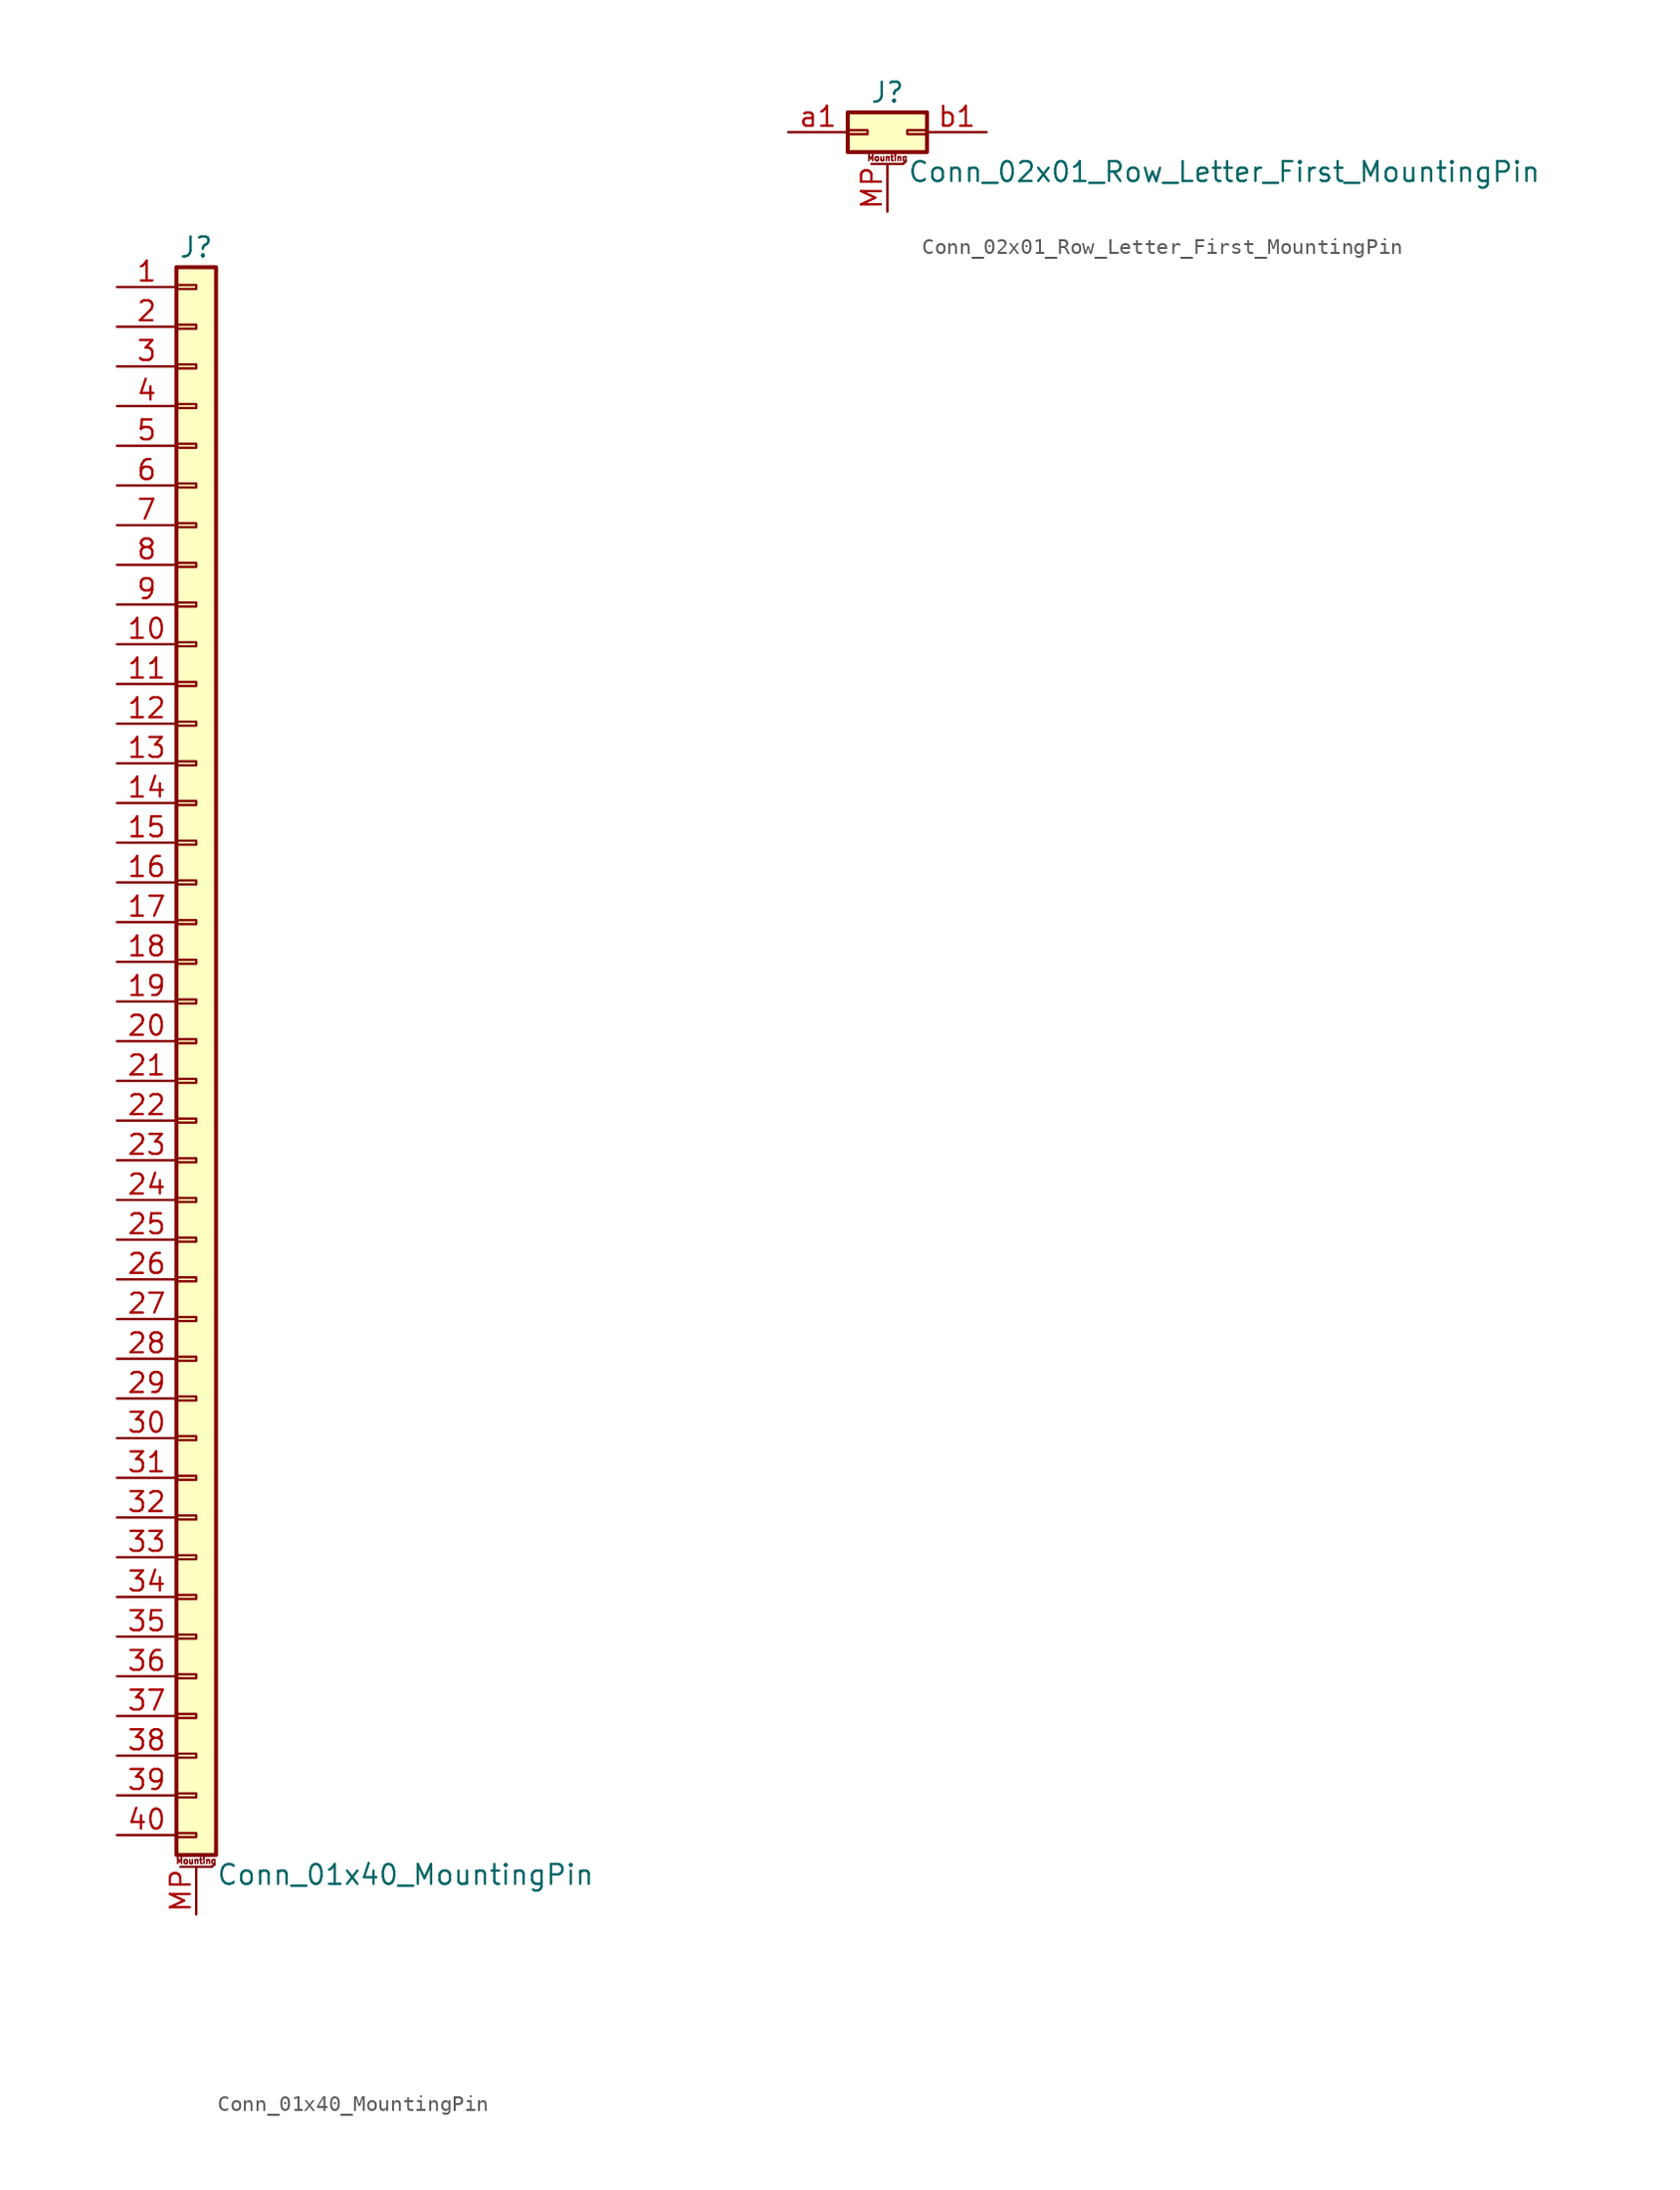
<source format=kicad_sym>
(kicad_symbol_lib
  (version 20201005)
  (generator kicad_symbol_editor)
  (symbol "Connector_Generic_MountingPin:Conn_01x40_MountingPin"
    (pin_names
      (offset 1.016) hide)
    (property "Reference" "J"
      (at 0 50.8 0)
      (effects (font (size 1.27 1.27))))
    (property "Value" "Conn_01x40_MountingPin"
      (at 1.27 -53.34 0)
      (effects (font (size 1.27 1.27)) (justify left)))
    (symbol "Conn_01x40_MountingPin_1_1"
      (text "Mounting" (at 0 -52.451 0) (effects (font (size 0.381 0.381))))
      (rectangle (start -1.27 -27.813) (end 0 -28.067) (stroke (width 0.152)) (fill (type none)))
      (rectangle (start -1.27 -30.353) (end 0 -30.607) (stroke (width 0.152)) (fill (type none)))
      (rectangle (start -1.27 -32.893) (end 0 -33.147) (stroke (width 0.152)) (fill (type none)))
      (rectangle (start -1.27 -35.433) (end 0 -35.687) (stroke (width 0.152)) (fill (type none)))
      (rectangle (start -1.27 -37.973) (end 0 -38.227) (stroke (width 0.152)) (fill (type none)))
      (rectangle (start -1.27 -40.513) (end 0 -40.767) (stroke (width 0.152)) (fill (type none)))
      (rectangle (start -1.27 -43.053) (end 0 -43.307) (stroke (width 0.152)) (fill (type none)))
      (rectangle (start -1.27 -45.593) (end 0 -45.847) (stroke (width 0.152)) (fill (type none)))
      (rectangle (start -1.27 -48.133) (end 0 -48.387) (stroke (width 0.152)) (fill (type none)))
      (rectangle (start -1.27 -4.953) (end 0 -5.207) (stroke (width 0.152)) (fill (type none)))
      (rectangle (start -1.27 -50.673) (end 0 -50.927) (stroke (width 0.152)) (fill (type none)))
      (rectangle (start -1.27 -7.493) (end 0 -7.747) (stroke (width 0.152)) (fill (type none)))
      (rectangle (start -1.27 -10.033) (end 0 -10.287) (stroke (width 0.152)) (fill (type none)))
      (rectangle (start -1.27 -12.573) (end 0 -12.827) (stroke (width 0.152)) (fill (type none)))
      (rectangle (start -1.27 -15.113) (end 0 -15.367) (stroke (width 0.152)) (fill (type none)))
      (rectangle (start -1.27 -17.653) (end 0 -17.907) (stroke (width 0.152)) (fill (type none)))
      (rectangle (start -1.27 -20.193) (end 0 -20.447) (stroke (width 0.152)) (fill (type none)))
      (rectangle (start -1.27 -22.733) (end 0 -22.987) (stroke (width 0.152)) (fill (type none)))
      (rectangle (start -1.27 -2.413) (end 0 -2.667) (stroke (width 0.152)) (fill (type none)))
      (rectangle (start -1.27 -25.273) (end 0 -25.527) (stroke (width 0.152)) (fill (type none)))
      (rectangle (start -1.27 25.527) (end 0 25.273) (stroke (width 0.152)) (fill (type none)))
      (rectangle (start -1.27 2.667) (end 0 2.413) (stroke (width 0.152)) (fill (type none)))
      (rectangle (start -1.27 28.067) (end 0 27.813) (stroke (width 0.152)) (fill (type none)))
      (rectangle (start -1.27 30.607) (end 0 30.353) (stroke (width 0.152)) (fill (type none)))
      (rectangle (start -1.27 33.147) (end 0 32.893) (stroke (width 0.152)) (fill (type none)))
      (rectangle (start -1.27 35.687) (end 0 35.433) (stroke (width 0.152)) (fill (type none)))
      (rectangle (start -1.27 38.227) (end 0 37.973) (stroke (width 0.152)) (fill (type none)))
      (rectangle (start -1.27 40.767) (end 0 40.513) (stroke (width 0.152)) (fill (type none)))
      (rectangle (start -1.27 43.307) (end 0 43.053) (stroke (width 0.152)) (fill (type none)))
      (rectangle (start -1.27 45.847) (end 0 45.593) (stroke (width 0.152)) (fill (type none)))
      (rectangle (start -1.27 48.387) (end 0 48.133) (stroke (width 0.152)) (fill (type none)))
      (rectangle (start -1.27 49.53) (end 1.27 -52.07) (stroke (width 0.254)) (fill (type background)))
      (rectangle (start -1.27 5.207) (end 0 4.953) (stroke (width 0.152)) (fill (type none)))
      (rectangle (start -1.27 7.747) (end 0 7.493) (stroke (width 0.152)) (fill (type none)))
      (rectangle (start -1.27 10.287) (end 0 10.033) (stroke (width 0.152)) (fill (type none)))
      (rectangle (start -1.27 0.127) (end 0 -0.127) (stroke (width 0.152)) (fill (type none)))
      (rectangle (start -1.27 12.827) (end 0 12.573) (stroke (width 0.152)) (fill (type none)))
      (rectangle (start -1.27 15.367) (end 0 15.113) (stroke (width 0.152)) (fill (type none)))
      (rectangle (start -1.27 17.907) (end 0 17.653) (stroke (width 0.152)) (fill (type none)))
      (rectangle (start -1.27 20.447) (end 0 20.193) (stroke (width 0.152)) (fill (type none)))
      (rectangle (start -1.27 22.987) (end 0 22.733) (stroke (width 0.152)) (fill (type none)))
      (polyline (pts (xy -1.016 -52.832) (xy 1.016 -52.832)) (stroke (width 0.152)) (fill (type none)))
      (pin passive line (at 0 -55.88 90) (length 3.048) (name "MountPin" (effects (font (size 1.27 1.27)))) (number "MP" (effects (font (size 1.27 1.27)))))
      (pin passive line (at -5.08 48.26 0) (length 3.81) (name "Pin_1" (effects (font (size 1.27 1.27)))) (number "1" (effects (font (size 1.27 1.27)))))
      (pin passive line (at -5.08 25.4 0) (length 3.81) (name "Pin_10" (effects (font (size 1.27 1.27)))) (number "10" (effects (font (size 1.27 1.27)))))
      (pin passive line (at -5.08 22.86 0) (length 3.81) (name "Pin_11" (effects (font (size 1.27 1.27)))) (number "11" (effects (font (size 1.27 1.27)))))
      (pin passive line (at -5.08 20.32 0) (length 3.81) (name "Pin_12" (effects (font (size 1.27 1.27)))) (number "12" (effects (font (size 1.27 1.27)))))
      (pin passive line (at -5.08 17.78 0) (length 3.81) (name "Pin_13" (effects (font (size 1.27 1.27)))) (number "13" (effects (font (size 1.27 1.27)))))
      (pin passive line (at -5.08 15.24 0) (length 3.81) (name "Pin_14" (effects (font (size 1.27 1.27)))) (number "14" (effects (font (size 1.27 1.27)))))
      (pin passive line (at -5.08 12.7 0) (length 3.81) (name "Pin_15" (effects (font (size 1.27 1.27)))) (number "15" (effects (font (size 1.27 1.27)))))
      (pin passive line (at -5.08 10.16 0) (length 3.81) (name "Pin_16" (effects (font (size 1.27 1.27)))) (number "16" (effects (font (size 1.27 1.27)))))
      (pin passive line (at -5.08 7.62 0) (length 3.81) (name "Pin_17" (effects (font (size 1.27 1.27)))) (number "17" (effects (font (size 1.27 1.27)))))
      (pin passive line (at -5.08 5.08 0) (length 3.81) (name "Pin_18" (effects (font (size 1.27 1.27)))) (number "18" (effects (font (size 1.27 1.27)))))
      (pin passive line (at -5.08 2.54 0) (length 3.81) (name "Pin_19" (effects (font (size 1.27 1.27)))) (number "19" (effects (font (size 1.27 1.27)))))
      (pin passive line (at -5.08 45.72 0) (length 3.81) (name "Pin_2" (effects (font (size 1.27 1.27)))) (number "2" (effects (font (size 1.27 1.27)))))
      (pin passive line (at -5.08 0 0) (length 3.81) (name "Pin_20" (effects (font (size 1.27 1.27)))) (number "20" (effects (font (size 1.27 1.27)))))
      (pin passive line (at -5.08 -2.54 0) (length 3.81) (name "Pin_21" (effects (font (size 1.27 1.27)))) (number "21" (effects (font (size 1.27 1.27)))))
      (pin passive line (at -5.08 -5.08 0) (length 3.81) (name "Pin_22" (effects (font (size 1.27 1.27)))) (number "22" (effects (font (size 1.27 1.27)))))
      (pin passive line (at -5.08 -7.62 0) (length 3.81) (name "Pin_23" (effects (font (size 1.27 1.27)))) (number "23" (effects (font (size 1.27 1.27)))))
      (pin passive line (at -5.08 -10.16 0) (length 3.81) (name "Pin_24" (effects (font (size 1.27 1.27)))) (number "24" (effects (font (size 1.27 1.27)))))
      (pin passive line (at -5.08 -12.7 0) (length 3.81) (name "Pin_25" (effects (font (size 1.27 1.27)))) (number "25" (effects (font (size 1.27 1.27)))))
      (pin passive line (at -5.08 -15.24 0) (length 3.81) (name "Pin_26" (effects (font (size 1.27 1.27)))) (number "26" (effects (font (size 1.27 1.27)))))
      (pin passive line (at -5.08 -17.78 0) (length 3.81) (name "Pin_27" (effects (font (size 1.27 1.27)))) (number "27" (effects (font (size 1.27 1.27)))))
      (pin passive line (at -5.08 -20.32 0) (length 3.81) (name "Pin_28" (effects (font (size 1.27 1.27)))) (number "28" (effects (font (size 1.27 1.27)))))
      (pin passive line (at -5.08 -22.86 0) (length 3.81) (name "Pin_29" (effects (font (size 1.27 1.27)))) (number "29" (effects (font (size 1.27 1.27)))))
      (pin passive line (at -5.08 43.18 0) (length 3.81) (name "Pin_3" (effects (font (size 1.27 1.27)))) (number "3" (effects (font (size 1.27 1.27)))))
      (pin passive line (at -5.08 -25.4 0) (length 3.81) (name "Pin_30" (effects (font (size 1.27 1.27)))) (number "30" (effects (font (size 1.27 1.27)))))
      (pin passive line (at -5.08 -27.94 0) (length 3.81) (name "Pin_31" (effects (font (size 1.27 1.27)))) (number "31" (effects (font (size 1.27 1.27)))))
      (pin passive line (at -5.08 -30.48 0) (length 3.81) (name "Pin_32" (effects (font (size 1.27 1.27)))) (number "32" (effects (font (size 1.27 1.27)))))
      (pin passive line (at -5.08 -33.02 0) (length 3.81) (name "Pin_33" (effects (font (size 1.27 1.27)))) (number "33" (effects (font (size 1.27 1.27)))))
      (pin passive line (at -5.08 -35.56 0) (length 3.81) (name "Pin_34" (effects (font (size 1.27 1.27)))) (number "34" (effects (font (size 1.27 1.27)))))
      (pin passive line (at -5.08 -38.1 0) (length 3.81) (name "Pin_35" (effects (font (size 1.27 1.27)))) (number "35" (effects (font (size 1.27 1.27)))))
      (pin passive line (at -5.08 -40.64 0) (length 3.81) (name "Pin_36" (effects (font (size 1.27 1.27)))) (number "36" (effects (font (size 1.27 1.27)))))
      (pin passive line (at -5.08 -43.18 0) (length 3.81) (name "Pin_37" (effects (font (size 1.27 1.27)))) (number "37" (effects (font (size 1.27 1.27)))))
      (pin passive line (at -5.08 -45.72 0) (length 3.81) (name "Pin_38" (effects (font (size 1.27 1.27)))) (number "38" (effects (font (size 1.27 1.27)))))
      (pin passive line (at -5.08 -48.26 0) (length 3.81) (name "Pin_39" (effects (font (size 1.27 1.27)))) (number "39" (effects (font (size 1.27 1.27)))))
      (pin passive line (at -5.08 40.64 0) (length 3.81) (name "Pin_4" (effects (font (size 1.27 1.27)))) (number "4" (effects (font (size 1.27 1.27)))))
      (pin passive line (at -5.08 -50.8 0) (length 3.81) (name "Pin_40" (effects (font (size 1.27 1.27)))) (number "40" (effects (font (size 1.27 1.27)))))
      (pin passive line (at -5.08 38.1 0) (length 3.81) (name "Pin_5" (effects (font (size 1.27 1.27)))) (number "5" (effects (font (size 1.27 1.27)))))
      (pin passive line (at -5.08 35.56 0) (length 3.81) (name "Pin_6" (effects (font (size 1.27 1.27)))) (number "6" (effects (font (size 1.27 1.27)))))
      (pin passive line (at -5.08 33.02 0) (length 3.81) (name "Pin_7" (effects (font (size 1.27 1.27)))) (number "7" (effects (font (size 1.27 1.27)))))
      (pin passive line (at -5.08 30.48 0) (length 3.81) (name "Pin_8" (effects (font (size 1.27 1.27)))) (number "8" (effects (font (size 1.27 1.27)))))
      (pin passive line (at -5.08 27.94 0) (length 3.81) (name "Pin_9" (effects (font (size 1.27 1.27)))) (number "9" (effects (font (size 1.27 1.27)))))))
  (symbol "Connector_Generic_MountingPin:Conn_02x01_Row_Letter_First_MountingPin"
    (pin_names
      (offset 1.016) hide)
    (property "Reference" "J"
      (at 1.27 2.54 0)
      (effects (font (size 1.27 1.27))))
    (property "Value" "Conn_02x01_Row_Letter_First_MountingPin"
      (at 2.54 -2.54 0)
      (effects (font (size 1.27 1.27)) (justify left)))
    (symbol "Conn_02x01_Row_Letter_First_MountingPin_1_1"
      (text "Mounting" (at 1.27 -1.651 0) (effects (font (size 0.381 0.381))))
      (rectangle (start -1.27 0.127) (end 0 -0.127) (stroke (width 0.152)) (fill (type none)))
      (rectangle (start -1.27 1.27) (end 3.81 -1.27) (stroke (width 0.254)) (fill (type background)))
      (rectangle (start 3.81 0.127) (end 2.54 -0.127) (stroke (width 0.152)) (fill (type none)))
      (polyline (pts (xy 0.254 -2.032) (xy 2.286 -2.032)) (stroke (width 0.152)) (fill (type none)))
      (pin passive line (at 1.27 -5.08 90) (length 3.048) (name "MountPin" (effects (font (size 1.27 1.27)))) (number "MP" (effects (font (size 1.27 1.27)))))
      (pin passive line (at -5.08 0 0) (length 3.81) (name "Pin_a1" (effects (font (size 1.27 1.27)))) (number "a1" (effects (font (size 1.27 1.27)))))
      (pin passive line (at 7.62 0 180) (length 3.81) (name "Pin_b1" (effects (font (size 1.27 1.27)))) (number "b1" (effects (font (size 1.27 1.27))))))))
</source>
